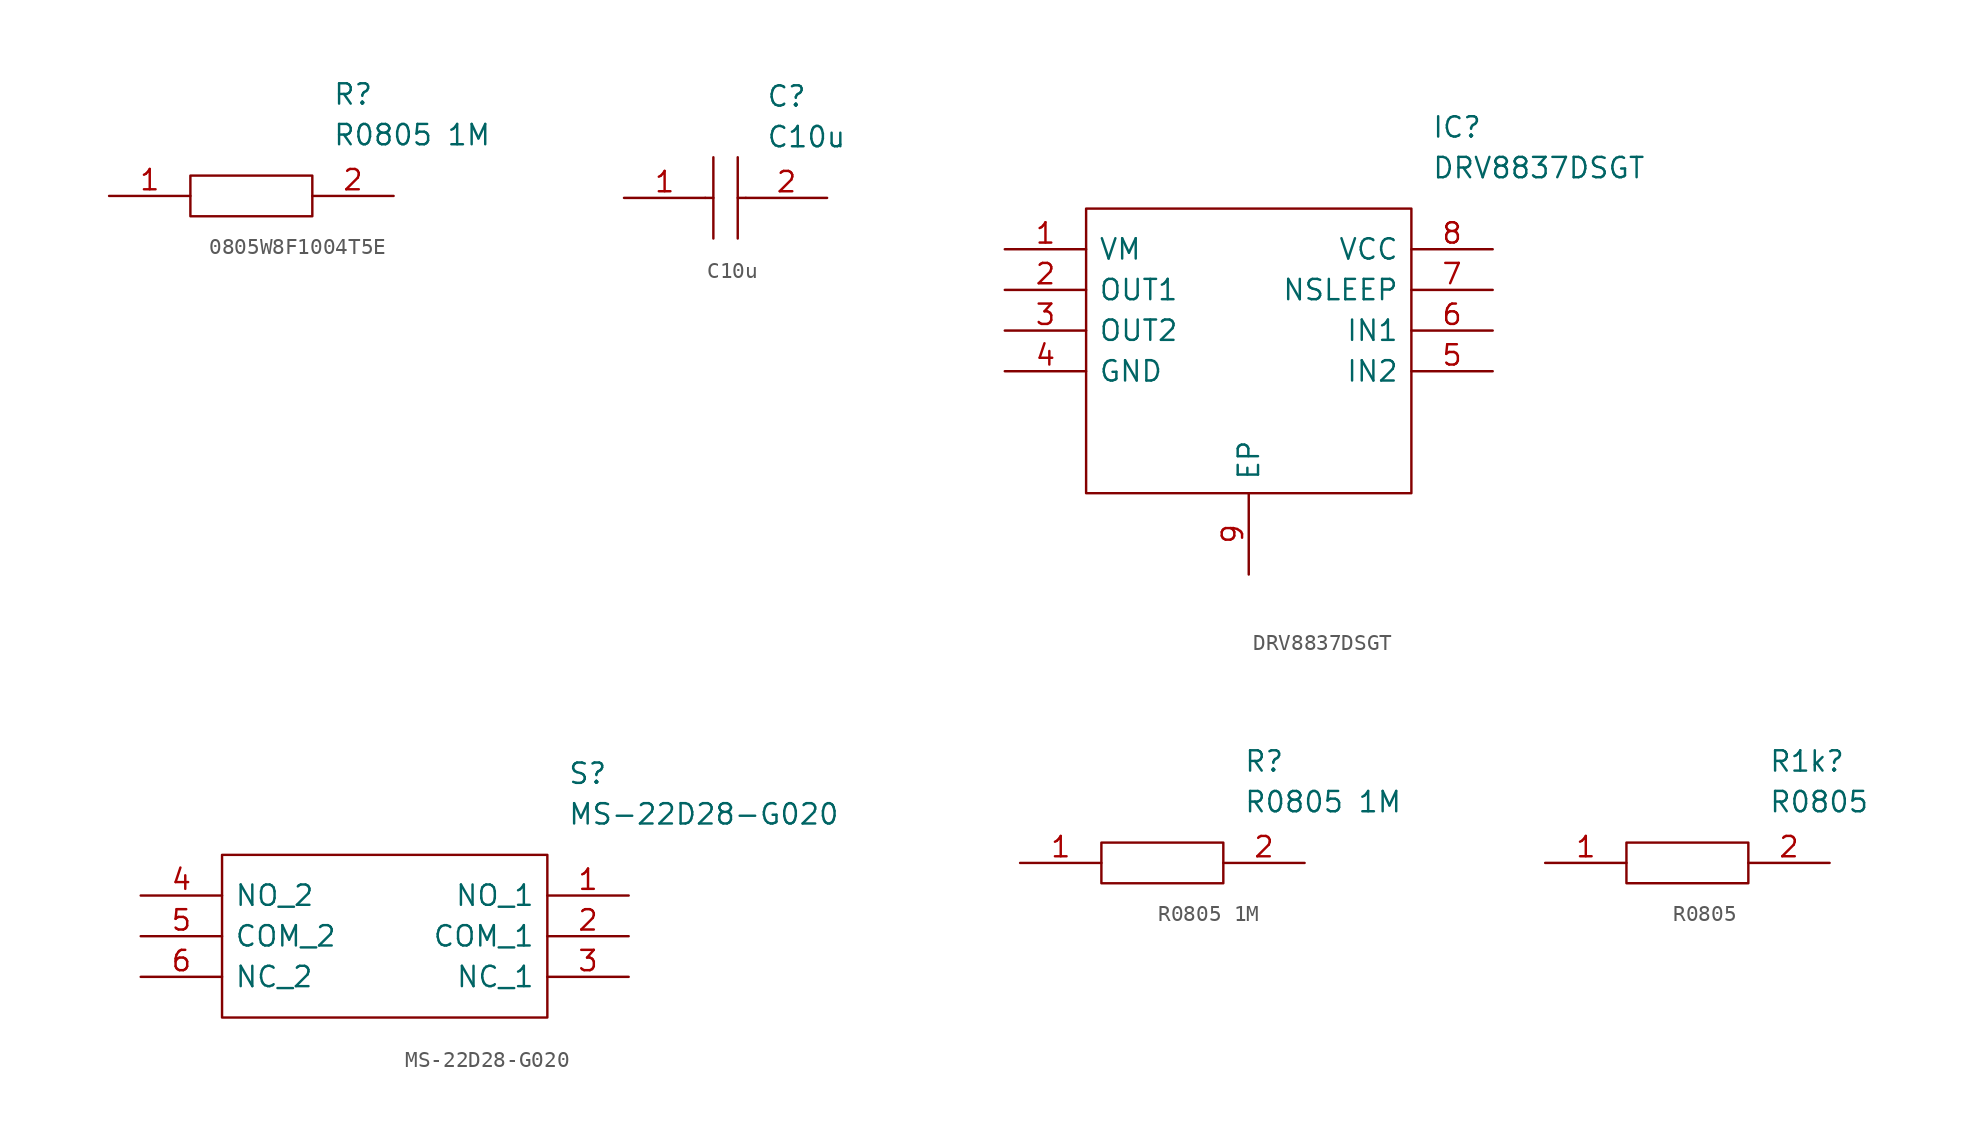
<source format=kicad_sym>
(kicad_symbol_lib
  (version 20231120)
  (generator "kicad_symbol_editor")
  (generator_version "8.0")
  (symbol "0805W8F1004T5E"
    (pin_names
      (offset 0.762))
    (property "Reference" "R"
      (at 13.97 6.35 0)
      (effects (font (size 1.27 1.27)) (justify left)))
    (property "Value" "R0805 1M"
      (at 13.97 3.81 0)
      (effects (font (size 1.27 1.27)) (justify left)))
    (symbol "0805W8F1004T5E_0_0"
      (pin passive line (at 0 0 0) (length 5.08) (name "~" (effects (font (size 1.27 1.27)))) (number "1" (effects (font (size 1.27 1.27)))))
      (pin passive line (at 17.78 0 180) (length 5.08) (name "~" (effects (font (size 1.27 1.27)))) (number "2" (effects (font (size 1.27 1.27))))))
    (symbol "0805W8F1004T5E_0_1"
      (polyline (pts (xy 5.08 1.27) (xy 12.7 1.27) (xy 12.7 -1.27) (xy 5.08 -1.27) (xy 5.08 1.27)) (stroke (width 0.152) (type solid)) (fill (type none)))))
  (symbol "C10u"
    (pin_names
      (offset 0.762))
    (property "Reference" "C"
      (at 8.89 6.35 0)
      (effects (font (size 1.27 1.27)) (justify left)))
    (property "Value" "C10u"
      (at 8.89 3.81 0)
      (effects (font (size 1.27 1.27)) (justify left)))
    (symbol "C10u_0_0"
      (pin passive line (at 0 0 0) (length 5.08) (name "~" (effects (font (size 1.27 1.27)))) (number "1" (effects (font (size 1.27 1.27)))))
      (pin passive line (at 12.7 0 180) (length 5.08) (name "~" (effects (font (size 1.27 1.27)))) (number "2" (effects (font (size 1.27 1.27))))))
    (symbol "C10u_0_1"
      (polyline (pts (xy 5.08 0) (xy 5.588 0)) (stroke (width 0.152) (type solid)) (fill (type none)))
      (polyline (pts (xy 5.588 2.54) (xy 5.588 -2.54)) (stroke (width 0.152) (type solid)) (fill (type none)))
      (polyline (pts (xy 7.112 0) (xy 7.62 0)) (stroke (width 0.152) (type solid)) (fill (type none)))
      (polyline (pts (xy 7.112 2.54) (xy 7.112 -2.54)) (stroke (width 0.152) (type solid)) (fill (type none)))))
  (symbol "DRV8837DSGT"
    (pin_names
      (offset 0.762))
    (property "Reference" "IC"
      (at 26.67 7.62 0)
      (effects (font (size 1.27 1.27)) (justify left)))
    (property "Value" "DRV8837DSGT"
      (at 26.67 5.08 0)
      (effects (font (size 1.27 1.27)) (justify left)))
    (symbol "DRV8837DSGT_0_0"
      (pin passive line (at 0 0 0) (length 5.08) (name "VM" (effects (font (size 1.27 1.27)))) (number "1" (effects (font (size 1.27 1.27)))))
      (pin passive line (at 0 -2.54 0) (length 5.08) (name "OUT1" (effects (font (size 1.27 1.27)))) (number "2" (effects (font (size 1.27 1.27)))))
      (pin passive line (at 0 -5.08 0) (length 5.08) (name "OUT2" (effects (font (size 1.27 1.27)))) (number "3" (effects (font (size 1.27 1.27)))))
      (pin passive line (at 0 -7.62 0) (length 5.08) (name "GND" (effects (font (size 1.27 1.27)))) (number "4" (effects (font (size 1.27 1.27)))))
      (pin passive line (at 30.48 -7.62 180) (length 5.08) (name "IN2" (effects (font (size 1.27 1.27)))) (number "5" (effects (font (size 1.27 1.27)))))
      (pin passive line (at 30.48 -5.08 180) (length 5.08) (name "IN1" (effects (font (size 1.27 1.27)))) (number "6" (effects (font (size 1.27 1.27)))))
      (pin passive line (at 30.48 -2.54 180) (length 5.08) (name "NSLEEP" (effects (font (size 1.27 1.27)))) (number "7" (effects (font (size 1.27 1.27)))))
      (pin passive line (at 30.48 0 180) (length 5.08) (name "VCC" (effects (font (size 1.27 1.27)))) (number "8" (effects (font (size 1.27 1.27)))))
      (pin passive line (at 15.24 -20.32 90) (length 5.08) (name "EP" (effects (font (size 1.27 1.27)))) (number "9" (effects (font (size 1.27 1.27))))))
    (symbol "DRV8837DSGT_0_1"
      (polyline (pts (xy 5.08 2.54) (xy 25.4 2.54) (xy 25.4 -15.24) (xy 5.08 -15.24) (xy 5.08 2.54)) (stroke (width 0.152) (type solid)) (fill (type none)))))
  (symbol "MS-22D28-G020"
    (pin_names
      (offset 0.762))
    (property "Reference" "S"
      (at 26.67 7.62 0)
      (effects (font (size 1.27 1.27)) (justify left)))
    (property "Value" "MS-22D28-G020"
      (at 26.67 5.08 0)
      (effects (font (size 1.27 1.27)) (justify left)))
    (symbol "MS-22D28-G020_0_0"
      (pin passive line (at 30.48 0 180) (length 5.08) (name "NO_1" (effects (font (size 1.27 1.27)))) (number "1" (effects (font (size 1.27 1.27)))))
      (pin passive line (at 30.48 -2.54 180) (length 5.08) (name "COM_1" (effects (font (size 1.27 1.27)))) (number "2" (effects (font (size 1.27 1.27)))))
      (pin passive line (at 30.48 -5.08 180) (length 5.08) (name "NC_1" (effects (font (size 1.27 1.27)))) (number "3" (effects (font (size 1.27 1.27)))))
      (pin passive line (at 0 0 0) (length 5.08) (name "NO_2" (effects (font (size 1.27 1.27)))) (number "4" (effects (font (size 1.27 1.27)))))
      (pin passive line (at 0 -2.54 0) (length 5.08) (name "COM_2" (effects (font (size 1.27 1.27)))) (number "5" (effects (font (size 1.27 1.27)))))
      (pin passive line (at 0 -5.08 0) (length 5.08) (name "NC_2" (effects (font (size 1.27 1.27)))) (number "6" (effects (font (size 1.27 1.27))))))
    (symbol "MS-22D28-G020_0_1"
      (polyline (pts (xy 5.08 2.54) (xy 25.4 2.54) (xy 25.4 -7.62) (xy 5.08 -7.62) (xy 5.08 2.54)) (stroke (width 0.152) (type solid)) (fill (type none)))))
  (symbol "R0805 1M"
    (pin_names
      (offset 0.762))
    (property "Reference" "R"
      (at 13.97 6.35 0)
      (effects (font (size 1.27 1.27)) (justify left)))
    (property "Value" "R0805 1M"
      (at 13.97 3.81 0)
      (effects (font (size 1.27 1.27)) (justify left)))
    (symbol "R0805 1M_0_0"
      (pin passive line (at 0 0 0) (length 5.08) (name "~" (effects (font (size 1.27 1.27)))) (number "1" (effects (font (size 1.27 1.27)))))
      (pin passive line (at 17.78 0 180) (length 5.08) (name "~" (effects (font (size 1.27 1.27)))) (number "2" (effects (font (size 1.27 1.27))))))
    (symbol "R0805 1M_0_1"
      (polyline (pts (xy 5.08 1.27) (xy 12.7 1.27) (xy 12.7 -1.27) (xy 5.08 -1.27) (xy 5.08 1.27)) (stroke (width 0.152) (type solid)) (fill (type none)))))
  (symbol "R0805"
    (pin_names
      (offset 0.762))
    (property "Reference" "R1k"
      (at 13.97 6.35 0)
      (effects (font (size 1.27 1.27)) (justify left)))
    (property "Value" "R0805"
      (at 13.97 3.81 0)
      (effects (font (size 1.27 1.27)) (justify left)))
    (symbol "R0805_0_0"
      (pin passive line (at 0 0 0) (length 5.08) (name "~" (effects (font (size 1.27 1.27)))) (number "1" (effects (font (size 1.27 1.27)))))
      (pin passive line (at 17.78 0 180) (length 5.08) (name "~" (effects (font (size 1.27 1.27)))) (number "2" (effects (font (size 1.27 1.27))))))
    (symbol "R0805_0_1"
      (polyline (pts (xy 5.08 1.27) (xy 12.7 1.27) (xy 12.7 -1.27) (xy 5.08 -1.27) (xy 5.08 1.27)) (stroke (width 0.152) (type solid)) (fill (type none))))))
</source>
